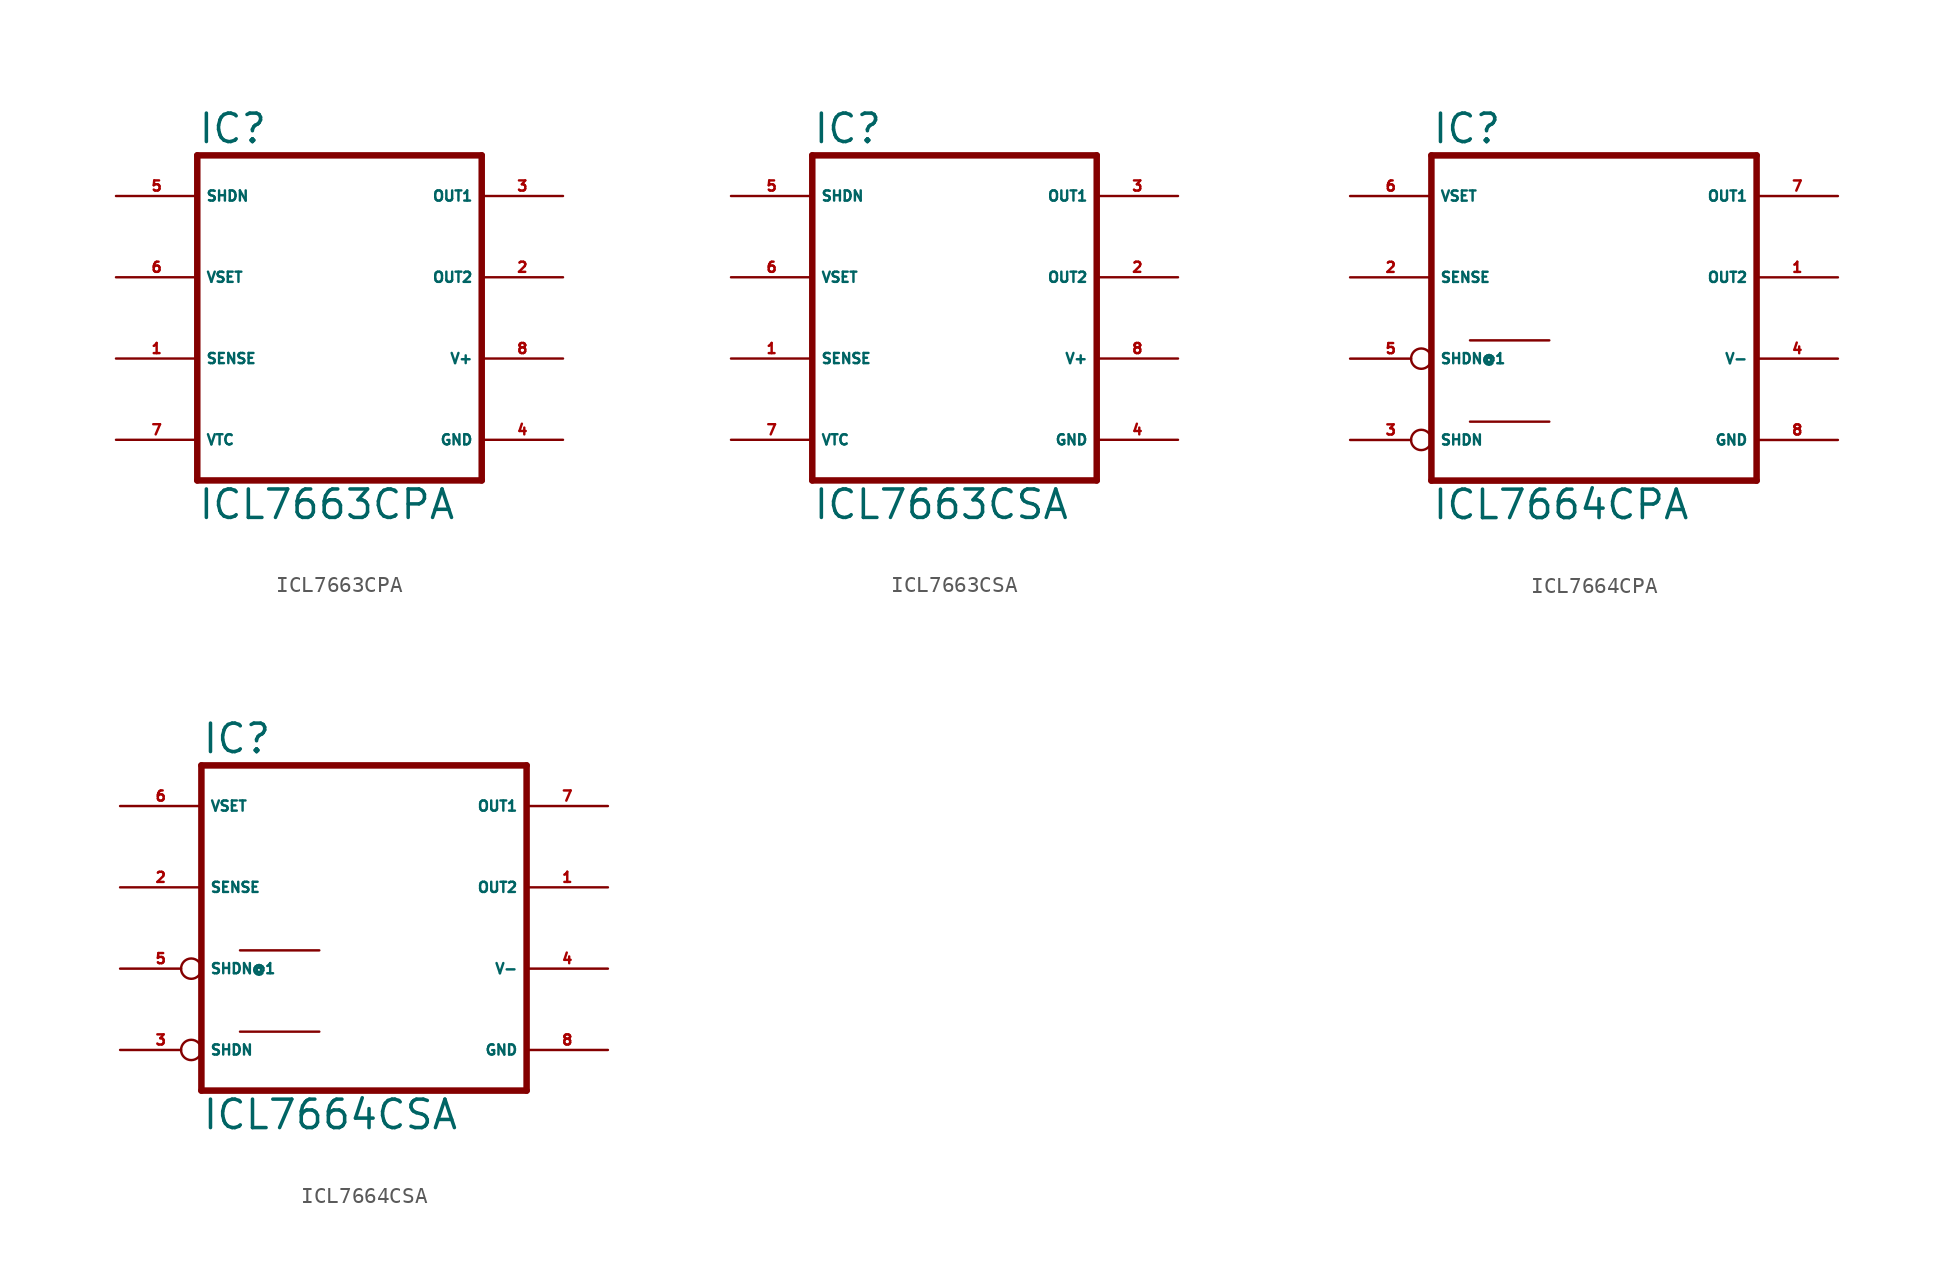
<source format=kicad_sym>
(kicad_symbol_lib
  (version 20220914)
  (generator Eagle2Kicad)
  (symbol "ICL7663CPA"
    (property "Reference" "IC"
      (at -10.16 10.795 0)
      (effects (font (size 1.778 1.778) (thickness 0.22)) (justify left bottom)))
    (property "Value" "ICL7663CPA"
      (at -10.16 -12.7 0)
      (effects (font (size 1.778 1.778) (thickness 0.22)) (justify left bottom)))
    (polyline
      (pts (xy -10.16 -10.16) (xy -10.16 10.16))
      (stroke (width 0.406) (type default))
      (fill (type none)))
    (polyline
      (pts (xy 7.62 10.16) (xy -10.16 10.16))
      (stroke (width 0.406) (type default))
      (fill (type none)))
    (polyline
      (pts (xy 7.62 10.16) (xy 7.62 -10.16))
      (stroke (width 0.406) (type default))
      (fill (type none)))
    (polyline
      (pts (xy -10.16 -10.16) (xy 7.62 -10.16))
      (stroke (width 0.406) (type default))
      (fill (type none)))
    (pin input line
      (at -15.24 7.62 0)
      (length 5.08)
      (name "SHDN" (effects (font (size 0.635 0.635) (thickness 0.08)) (justify left bottom)))
      (number "5" (effects (font (size 0.635 0.635) (thickness 0.08)) (justify left bottom))))
    (pin input line
      (at -15.24 -2.54 0)
      (length 5.08)
      (name "SENSE" (effects (font (size 0.635 0.635) (thickness 0.08)) (justify left bottom)))
      (number "1" (effects (font (size 0.635 0.635) (thickness 0.08)) (justify left bottom))))
    (pin passive line
      (at -15.24 -7.62 0)
      (length 5.08)
      (name "VTC" (effects (font (size 0.635 0.635) (thickness 0.08)) (justify left bottom)))
      (number "7" (effects (font (size 0.635 0.635) (thickness 0.08)) (justify left bottom))))
    (pin output line
      (at 12.7 7.62 180)
      (length 5.08)
      (name "OUT1" (effects (font (size 0.635 0.635) (thickness 0.08)) (justify left bottom)))
      (number "3" (effects (font (size 0.635 0.635) (thickness 0.08)) (justify left bottom))))
    (pin unspecified line
      (at 12.7 -7.62 180)
      (length 5.08)
      (name "GND" (effects (font (size 0.635 0.635) (thickness 0.08)) (justify left bottom)))
      (number "4" (effects (font (size 0.635 0.635) (thickness 0.08)) (justify left bottom))))
    (pin unspecified line
      (at 12.7 -2.54 180)
      (length 5.08)
      (name "V+" (effects (font (size 0.635 0.635) (thickness 0.08)) (justify left bottom)))
      (number "8" (effects (font (size 0.635 0.635) (thickness 0.08)) (justify left bottom))))
    (pin output line
      (at 12.7 2.54 180)
      (length 5.08)
      (name "OUT2" (effects (font (size 0.635 0.635) (thickness 0.08)) (justify left bottom)))
      (number "2" (effects (font (size 0.635 0.635) (thickness 0.08)) (justify left bottom))))
    (pin input line
      (at -15.24 2.54 0)
      (length 5.08)
      (name "VSET" (effects (font (size 0.635 0.635) (thickness 0.08)) (justify left bottom)))
      (number "6" (effects (font (size 0.635 0.635) (thickness 0.08)) (justify left bottom)))))
  (symbol "ICL7663CSA"
    (property "Reference" "IC"
      (at -10.16 10.795 0)
      (effects (font (size 1.778 1.778) (thickness 0.22)) (justify left bottom)))
    (property "Value" "ICL7663CSA"
      (at -10.16 -12.7 0)
      (effects (font (size 1.778 1.778) (thickness 0.22)) (justify left bottom)))
    (polyline
      (pts (xy -10.16 -10.16) (xy -10.16 10.16))
      (stroke (width 0.406) (type default))
      (fill (type none)))
    (polyline
      (pts (xy 7.62 10.16) (xy -10.16 10.16))
      (stroke (width 0.406) (type default))
      (fill (type none)))
    (polyline
      (pts (xy 7.62 10.16) (xy 7.62 -10.16))
      (stroke (width 0.406) (type default))
      (fill (type none)))
    (polyline
      (pts (xy -10.16 -10.16) (xy 7.62 -10.16))
      (stroke (width 0.406) (type default))
      (fill (type none)))
    (pin input line
      (at -15.24 7.62 0)
      (length 5.08)
      (name "SHDN" (effects (font (size 0.635 0.635) (thickness 0.08)) (justify left bottom)))
      (number "5" (effects (font (size 0.635 0.635) (thickness 0.08)) (justify left bottom))))
    (pin input line
      (at -15.24 -2.54 0)
      (length 5.08)
      (name "SENSE" (effects (font (size 0.635 0.635) (thickness 0.08)) (justify left bottom)))
      (number "1" (effects (font (size 0.635 0.635) (thickness 0.08)) (justify left bottom))))
    (pin passive line
      (at -15.24 -7.62 0)
      (length 5.08)
      (name "VTC" (effects (font (size 0.635 0.635) (thickness 0.08)) (justify left bottom)))
      (number "7" (effects (font (size 0.635 0.635) (thickness 0.08)) (justify left bottom))))
    (pin output line
      (at 12.7 7.62 180)
      (length 5.08)
      (name "OUT1" (effects (font (size 0.635 0.635) (thickness 0.08)) (justify left bottom)))
      (number "3" (effects (font (size 0.635 0.635) (thickness 0.08)) (justify left bottom))))
    (pin unspecified line
      (at 12.7 -7.62 180)
      (length 5.08)
      (name "GND" (effects (font (size 0.635 0.635) (thickness 0.08)) (justify left bottom)))
      (number "4" (effects (font (size 0.635 0.635) (thickness 0.08)) (justify left bottom))))
    (pin unspecified line
      (at 12.7 -2.54 180)
      (length 5.08)
      (name "V+" (effects (font (size 0.635 0.635) (thickness 0.08)) (justify left bottom)))
      (number "8" (effects (font (size 0.635 0.635) (thickness 0.08)) (justify left bottom))))
    (pin output line
      (at 12.7 2.54 180)
      (length 5.08)
      (name "OUT2" (effects (font (size 0.635 0.635) (thickness 0.08)) (justify left bottom)))
      (number "2" (effects (font (size 0.635 0.635) (thickness 0.08)) (justify left bottom))))
    (pin input line
      (at -15.24 2.54 0)
      (length 5.08)
      (name "VSET" (effects (font (size 0.635 0.635) (thickness 0.08)) (justify left bottom)))
      (number "6" (effects (font (size 0.635 0.635) (thickness 0.08)) (justify left bottom)))))
  (symbol "ICL7664CPA"
    (property "Reference" "IC"
      (at -10.16 10.795 0)
      (effects (font (size 1.778 1.778) (thickness 0.22)) (justify left bottom)))
    (property "Value" "ICL7664CPA"
      (at -10.16 -12.7 0)
      (effects (font (size 1.778 1.778) (thickness 0.22)) (justify left bottom)))
    (polyline
      (pts (xy -10.16 -10.16) (xy -10.16 10.16))
      (stroke (width 0.406) (type default))
      (fill (type none)))
    (polyline
      (pts (xy 10.16 10.16) (xy -10.16 10.16))
      (stroke (width 0.406) (type default))
      (fill (type none)))
    (polyline
      (pts (xy 10.16 10.16) (xy 10.16 -10.16))
      (stroke (width 0.406) (type default))
      (fill (type none)))
    (polyline
      (pts (xy -10.16 -10.16) (xy 10.16 -10.16))
      (stroke (width 0.406) (type default))
      (fill (type none)))
    (polyline
      (pts (xy -7.747 -1.397) (xy -2.794 -1.397))
      (stroke (width 0.152) (type default))
      (fill (type none)))
    (polyline
      (pts (xy -7.747 -6.477) (xy -2.794 -6.477))
      (stroke (width 0.152) (type default))
      (fill (type none)))
    (pin input inverted
      (at -15.24 -7.62 0)
      (length 5.08)
      (name "SHDN" (effects (font (size 0.635 0.635) (thickness 0.08)) (justify left bottom)))
      (number "3" (effects (font (size 0.635 0.635) (thickness 0.08)) (justify left bottom))))
    (pin input line
      (at -15.24 2.54 0)
      (length 5.08)
      (name "SENSE" (effects (font (size 0.635 0.635) (thickness 0.08)) (justify left bottom)))
      (number "2" (effects (font (size 0.635 0.635) (thickness 0.08)) (justify left bottom))))
    (pin input inverted
      (at -15.24 -2.54 0)
      (length 5.08)
      (name "SHDN@1" (effects (font (size 0.635 0.635) (thickness 0.08)) (justify left bottom)))
      (number "5" (effects (font (size 0.635 0.635) (thickness 0.08)) (justify left bottom))))
    (pin output line
      (at 15.24 7.62 180)
      (length 5.08)
      (name "OUT1" (effects (font (size 0.635 0.635) (thickness 0.08)) (justify left bottom)))
      (number "7" (effects (font (size 0.635 0.635) (thickness 0.08)) (justify left bottom))))
    (pin unspecified line
      (at 15.24 -7.62 180)
      (length 5.08)
      (name "GND" (effects (font (size 0.635 0.635) (thickness 0.08)) (justify left bottom)))
      (number "8" (effects (font (size 0.635 0.635) (thickness 0.08)) (justify left bottom))))
    (pin unspecified line
      (at 15.24 -2.54 180)
      (length 5.08)
      (name "V-" (effects (font (size 0.635 0.635) (thickness 0.08)) (justify left bottom)))
      (number "4" (effects (font (size 0.635 0.635) (thickness 0.08)) (justify left bottom))))
    (pin output line
      (at 15.24 2.54 180)
      (length 5.08)
      (name "OUT2" (effects (font (size 0.635 0.635) (thickness 0.08)) (justify left bottom)))
      (number "1" (effects (font (size 0.635 0.635) (thickness 0.08)) (justify left bottom))))
    (pin input line
      (at -15.24 7.62 0)
      (length 5.08)
      (name "VSET" (effects (font (size 0.635 0.635) (thickness 0.08)) (justify left bottom)))
      (number "6" (effects (font (size 0.635 0.635) (thickness 0.08)) (justify left bottom)))))
  (symbol "ICL7664CSA"
    (property "Reference" "IC"
      (at -10.16 10.795 0)
      (effects (font (size 1.778 1.778) (thickness 0.22)) (justify left bottom)))
    (property "Value" "ICL7664CSA"
      (at -10.16 -12.7 0)
      (effects (font (size 1.778 1.778) (thickness 0.22)) (justify left bottom)))
    (polyline
      (pts (xy -10.16 -10.16) (xy -10.16 10.16))
      (stroke (width 0.406) (type default))
      (fill (type none)))
    (polyline
      (pts (xy 10.16 10.16) (xy -10.16 10.16))
      (stroke (width 0.406) (type default))
      (fill (type none)))
    (polyline
      (pts (xy 10.16 10.16) (xy 10.16 -10.16))
      (stroke (width 0.406) (type default))
      (fill (type none)))
    (polyline
      (pts (xy -10.16 -10.16) (xy 10.16 -10.16))
      (stroke (width 0.406) (type default))
      (fill (type none)))
    (polyline
      (pts (xy -7.747 -1.397) (xy -2.794 -1.397))
      (stroke (width 0.152) (type default))
      (fill (type none)))
    (polyline
      (pts (xy -7.747 -6.477) (xy -2.794 -6.477))
      (stroke (width 0.152) (type default))
      (fill (type none)))
    (pin input inverted
      (at -15.24 -7.62 0)
      (length 5.08)
      (name "SHDN" (effects (font (size 0.635 0.635) (thickness 0.08)) (justify left bottom)))
      (number "3" (effects (font (size 0.635 0.635) (thickness 0.08)) (justify left bottom))))
    (pin input line
      (at -15.24 2.54 0)
      (length 5.08)
      (name "SENSE" (effects (font (size 0.635 0.635) (thickness 0.08)) (justify left bottom)))
      (number "2" (effects (font (size 0.635 0.635) (thickness 0.08)) (justify left bottom))))
    (pin input inverted
      (at -15.24 -2.54 0)
      (length 5.08)
      (name "SHDN@1" (effects (font (size 0.635 0.635) (thickness 0.08)) (justify left bottom)))
      (number "5" (effects (font (size 0.635 0.635) (thickness 0.08)) (justify left bottom))))
    (pin output line
      (at 15.24 7.62 180)
      (length 5.08)
      (name "OUT1" (effects (font (size 0.635 0.635) (thickness 0.08)) (justify left bottom)))
      (number "7" (effects (font (size 0.635 0.635) (thickness 0.08)) (justify left bottom))))
    (pin unspecified line
      (at 15.24 -7.62 180)
      (length 5.08)
      (name "GND" (effects (font (size 0.635 0.635) (thickness 0.08)) (justify left bottom)))
      (number "8" (effects (font (size 0.635 0.635) (thickness 0.08)) (justify left bottom))))
    (pin unspecified line
      (at 15.24 -2.54 180)
      (length 5.08)
      (name "V-" (effects (font (size 0.635 0.635) (thickness 0.08)) (justify left bottom)))
      (number "4" (effects (font (size 0.635 0.635) (thickness 0.08)) (justify left bottom))))
    (pin output line
      (at 15.24 2.54 180)
      (length 5.08)
      (name "OUT2" (effects (font (size 0.635 0.635) (thickness 0.08)) (justify left bottom)))
      (number "1" (effects (font (size 0.635 0.635) (thickness 0.08)) (justify left bottom))))
    (pin input line
      (at -15.24 7.62 0)
      (length 5.08)
      (name "VSET" (effects (font (size 0.635 0.635) (thickness 0.08)) (justify left bottom)))
      (number "6" (effects (font (size 0.635 0.635) (thickness 0.08)) (justify left bottom))))))
</source>
